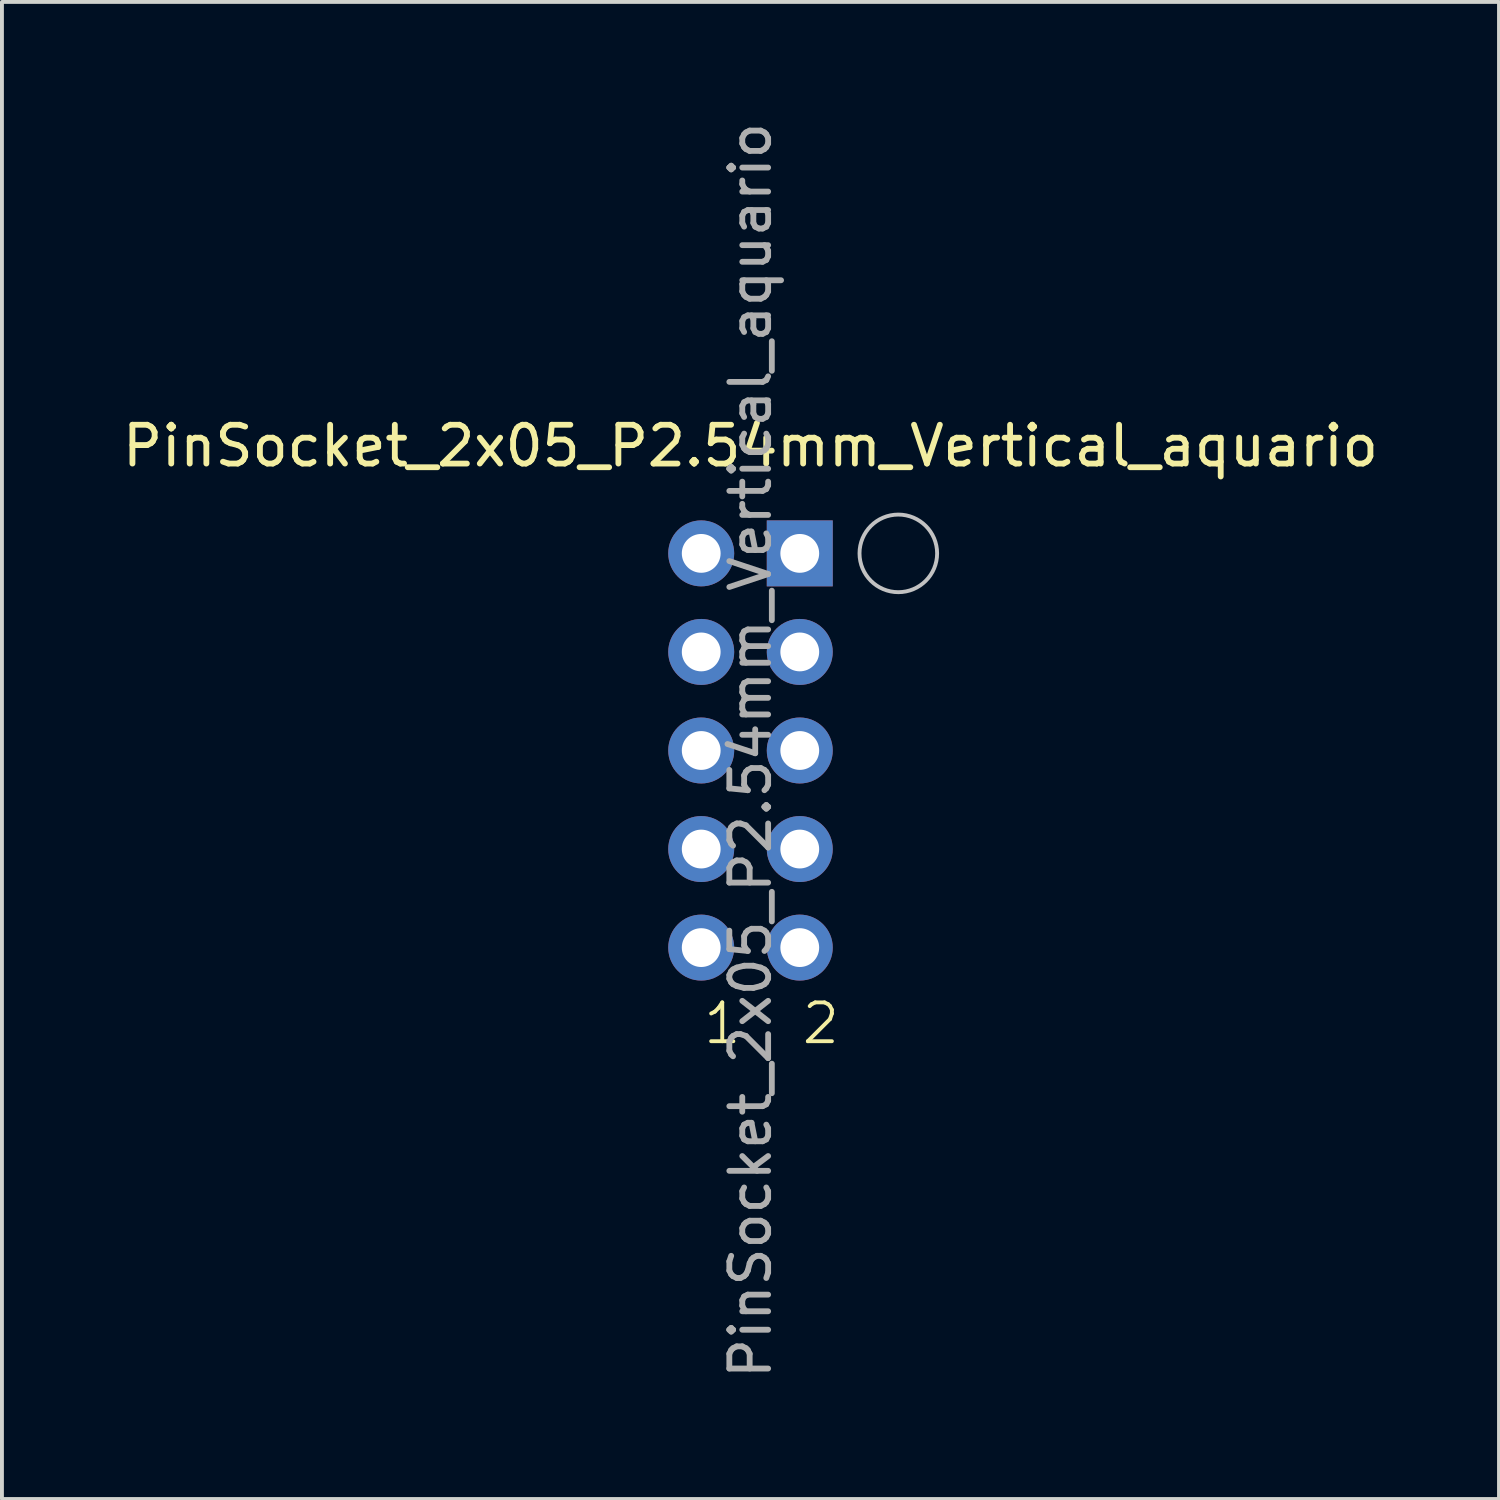
<source format=kicad_pcb>
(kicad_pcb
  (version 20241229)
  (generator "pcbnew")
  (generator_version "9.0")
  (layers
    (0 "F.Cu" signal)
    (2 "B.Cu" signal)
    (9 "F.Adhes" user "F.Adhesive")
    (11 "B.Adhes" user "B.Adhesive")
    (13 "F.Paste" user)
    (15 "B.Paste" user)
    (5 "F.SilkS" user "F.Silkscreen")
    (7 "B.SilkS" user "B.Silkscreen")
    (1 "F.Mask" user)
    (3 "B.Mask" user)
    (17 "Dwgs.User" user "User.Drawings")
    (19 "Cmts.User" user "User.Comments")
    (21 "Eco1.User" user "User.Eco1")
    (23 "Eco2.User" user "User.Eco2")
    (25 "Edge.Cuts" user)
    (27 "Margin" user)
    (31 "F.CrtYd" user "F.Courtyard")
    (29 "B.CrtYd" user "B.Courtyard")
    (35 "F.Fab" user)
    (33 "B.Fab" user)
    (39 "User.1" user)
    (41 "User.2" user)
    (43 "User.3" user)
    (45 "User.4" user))
  (footprint "PinSocket_2x05_P2.54mm_Vertical_aquario"
    (layer "F.Cu")
    (at 17.562 11.212)
    (property "Reference" "PinSocket_2x05_P2.54mm_Vertical_aquario" (at -1.27 -2.77 0) (layer "F.SilkS") (effects (font (size 1 1) (thickness 0.15))))
    (attr through_hole)
    (fp_circle (center 2.54 0) (end 3.54 0) (stroke (width 0.1) (type default)) (fill no) (layer "Dwgs.User"))
    (fp_text user "1" (at -2.54 12.7 0) (unlocked yes) (layer "F.SilkS") (effects (font (size 1 1) (thickness 0.1)) (justify left bottom)))
    (fp_text user "2" (at 0 12.7 0) (unlocked yes) (layer "F.SilkS") (effects (font (size 1 1) (thickness 0.1)) (justify left bottom)))
    (fp_text user "${REFERENCE}" (at -1.27 5.08 90) (layer "F.Fab") (effects (font (size 1 1) (thickness 0.15))))
    (pad "1" thru_hole rect (at 0 0) (size 1.7 1.7) (drill 1) (layers "*.Cu" "*.Mask"))
    (pad "2" thru_hole circle (at -2.54 0) (size 1.7 1.7) (drill 1) (layers "*.Cu" "*.Mask"))
    (pad "3" thru_hole circle (at 0 2.54) (size 1.7 1.7) (drill 1) (layers "*.Cu" "*.Mask"))
    (pad "4" thru_hole circle (at -2.54 2.54) (size 1.7 1.7) (drill 1) (layers "*.Cu" "*.Mask"))
    (pad "5" thru_hole circle (at 0 5.08) (size 1.7 1.7) (drill 1) (layers "*.Cu" "*.Mask"))
    (pad "6" thru_hole circle (at -2.54 5.08) (size 1.7 1.7) (drill 1) (layers "*.Cu" "*.Mask"))
    (pad "7" thru_hole circle (at 0 7.62) (size 1.7 1.7) (drill 1) (layers "*.Cu" "*.Mask"))
    (pad "8" thru_hole circle (at -2.54 7.62) (size 1.7 1.7) (drill 1) (layers "*.Cu" "*.Mask"))
    (pad "9" thru_hole circle (at 0 10.16) (size 1.7 1.7) (drill 1) (layers "*.Cu" "*.Mask"))
    (pad "10" thru_hole circle (at -2.54 10.16) (size 1.7 1.7) (drill 1) (layers "*.Cu" "*.Mask")))
  (gr_rect
    (start -3 -3)
    (end 35.583 35.583)
    (stroke (width 0.1) (type default))
    (fill no)
    (layer "Edge.Cuts")))
</source>
